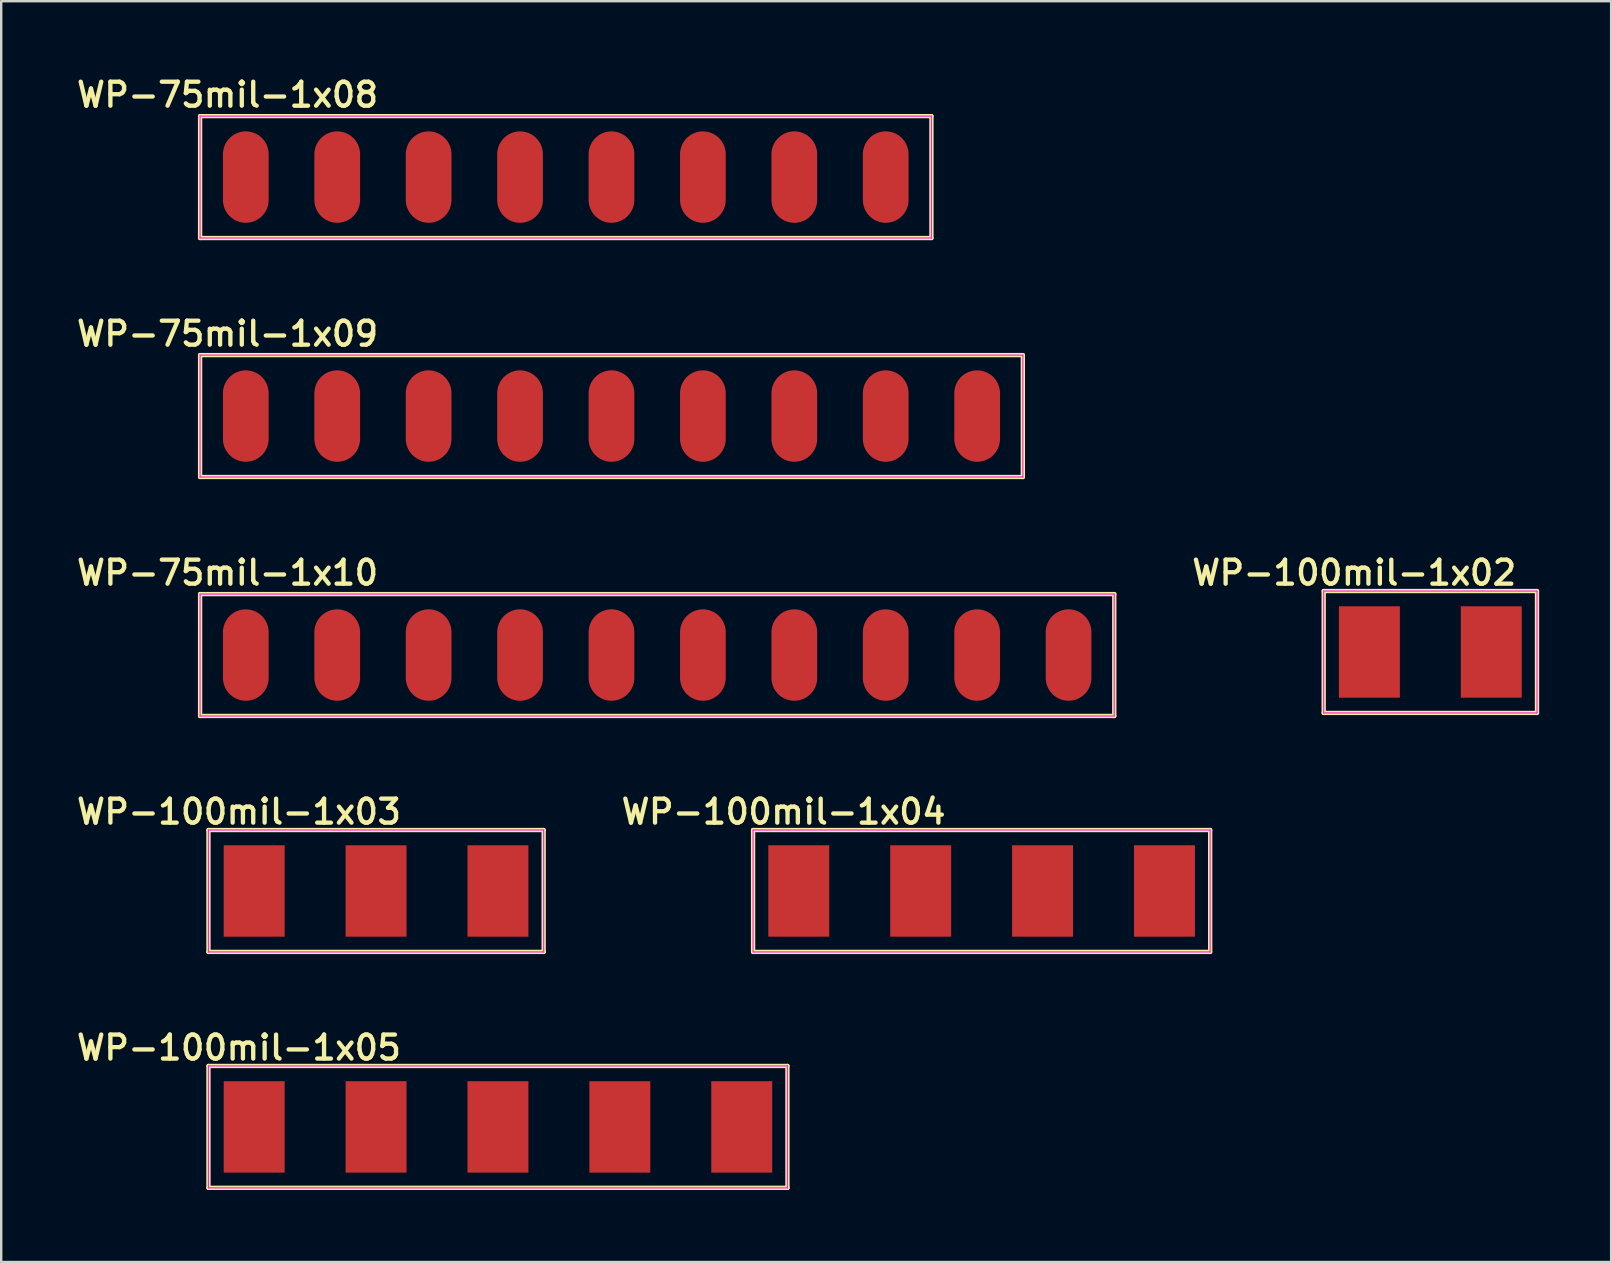
<source format=kicad_pcb>
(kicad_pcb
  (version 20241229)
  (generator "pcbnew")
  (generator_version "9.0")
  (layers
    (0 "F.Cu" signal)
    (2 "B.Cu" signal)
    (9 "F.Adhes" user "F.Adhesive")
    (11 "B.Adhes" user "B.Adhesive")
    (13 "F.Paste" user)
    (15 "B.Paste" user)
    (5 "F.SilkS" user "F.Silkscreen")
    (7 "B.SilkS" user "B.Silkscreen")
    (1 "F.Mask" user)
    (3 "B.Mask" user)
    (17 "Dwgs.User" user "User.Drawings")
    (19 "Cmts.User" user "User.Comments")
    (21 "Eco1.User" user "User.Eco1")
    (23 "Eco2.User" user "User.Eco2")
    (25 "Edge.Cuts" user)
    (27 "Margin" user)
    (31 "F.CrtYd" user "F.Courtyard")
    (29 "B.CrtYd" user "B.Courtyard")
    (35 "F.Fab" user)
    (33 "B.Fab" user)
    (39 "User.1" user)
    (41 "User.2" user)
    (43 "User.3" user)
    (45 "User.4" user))
  (footprint "WP-75mil-1x10"
    (layer "F.Cu")
    (at 24.339 24.25)
    (property "Reference" "WP-75mil-1x10" (at -17.907 -3.429 0) (layer "F.SilkS") (effects (font (size 1 1) (thickness 0.18))))
    (attr exclude_from_pos_files exclude_from_bom)
    (fp_line (start -19.05 -2.54) (end 19.05 -2.54) (stroke (width 0.18) (type solid)) (layer "F.SilkS"))
    (fp_line (start -19.05 2.54) (end -19.05 -2.54) (stroke (width 0.18) (type solid)) (layer "F.SilkS"))
    (fp_line (start 19.05 -2.54) (end 19.05 2.54) (stroke (width 0.18) (type solid)) (layer "F.SilkS"))
    (fp_line (start 19.05 2.54) (end -19.05 2.54) (stroke (width 0.18) (type solid)) (layer "F.SilkS"))
    (fp_line (start -19.05 -2.54) (end 19.05 -2.54) (stroke (width 0.05) (type solid)) (layer "F.CrtYd"))
    (fp_line (start -19.05 2.54) (end -19.05 -2.54) (stroke (width 0.05) (type solid)) (layer "F.CrtYd"))
    (fp_line (start 19.05 -2.54) (end 19.05 2.54) (stroke (width 0.05) (type solid)) (layer "F.CrtYd"))
    (fp_line (start 19.05 2.54) (end -19.05 2.54) (stroke (width 0.05) (type solid)) (layer "F.CrtYd"))
    (pad "1" smd oval (at -17.145 0) (size 1.905 3.81) (layers "F.Cu" "F.Mask" "F.Paste"))
    (pad "2" smd oval (at -13.335 0) (size 1.905 3.81) (layers "F.Cu" "F.Mask" "F.Paste"))
    (pad "3" smd oval (at -9.525 0) (size 1.905 3.81) (layers "F.Cu" "F.Mask" "F.Paste"))
    (pad "4" smd oval (at -5.715 0) (size 1.905 3.81) (layers "F.Cu" "F.Mask" "F.Paste"))
    (pad "5" smd oval (at -1.905 0) (size 1.905 3.81) (layers "F.Cu" "F.Mask" "F.Paste"))
    (pad "6" smd oval (at 1.905 0) (size 1.905 3.81) (layers "F.Cu" "F.Mask" "F.Paste"))
    (pad "7" smd oval (at 5.715 0) (size 1.905 3.81) (layers "F.Cu" "F.Mask" "F.Paste"))
    (pad "8" smd oval (at 9.525 0) (size 1.905 3.81) (layers "F.Cu" "F.Mask" "F.Paste"))
    (pad "9" smd oval (at 13.335 0) (size 1.905 3.81) (layers "F.Cu" "F.Mask" "F.Paste"))
    (pad "10" smd oval (at 17.145 0) (size 1.905 3.81) (layers "F.Cu" "F.Mask" "F.Paste")))
  (footprint "WP-100mil-1x04"
    (layer "F.Cu")
    (at 37.861 34.083)
    (property "Reference" "WP-100mil-1x04" (at -8.255 -3.302 0) (layer "F.SilkS") (effects (font (size 1 1) (thickness 0.18))))
    (attr exclude_from_pos_files exclude_from_bom)
    (fp_line (start -9.525 -2.54) (end 9.525 -2.54) (stroke (width 0.18) (type solid)) (layer "F.SilkS"))
    (fp_line (start -9.525 2.54) (end -9.525 -2.54) (stroke (width 0.18) (type solid)) (layer "F.SilkS"))
    (fp_line (start 9.525 -2.54) (end 9.525 2.54) (stroke (width 0.18) (type solid)) (layer "F.SilkS"))
    (fp_line (start 9.525 2.54) (end -9.525 2.54) (stroke (width 0.18) (type solid)) (layer "F.SilkS"))
    (fp_line (start -9.525 -2.54) (end 9.525 -2.54) (stroke (width 0.05) (type solid)) (layer "F.CrtYd"))
    (fp_line (start -9.525 2.54) (end -9.525 -2.54) (stroke (width 0.05) (type solid)) (layer "F.CrtYd"))
    (fp_line (start 9.525 -2.54) (end 9.525 2.54) (stroke (width 0.05) (type solid)) (layer "F.CrtYd"))
    (fp_line (start 9.525 2.54) (end -9.525 2.54) (stroke (width 0.05) (type solid)) (layer "F.CrtYd"))
    (pad "1" smd rect (at 7.62 0) (size 2.54 3.81) (layers "F.Cu" "F.Mask" "F.Paste"))
    (pad "2" smd rect (at 2.54 0) (size 2.54 3.81) (layers "F.Cu" "F.Mask" "F.Paste"))
    (pad "3" smd rect (at -2.54 0) (size 2.54 3.81) (layers "F.Cu" "F.Mask" "F.Paste"))
    (pad "4" smd rect (at -7.62 0) (size 2.54 3.81) (layers "F.Cu" "F.Mask" "F.Paste")))
  (footprint "WP-100mil-1x02"
    (layer "F.Cu")
    (at 56.562 24.123)
    (property "Reference" "WP-100mil-1x02" (at -3.175 -3.302 0) (layer "F.SilkS") (effects (font (size 1 1) (thickness 0.18))))
    (attr exclude_from_pos_files exclude_from_bom)
    (fp_line (start -4.445 -2.54) (end 4.445 -2.54) (stroke (width 0.18) (type solid)) (layer "F.SilkS"))
    (fp_line (start -4.445 2.54) (end -4.445 -2.54) (stroke (width 0.18) (type solid)) (layer "F.SilkS"))
    (fp_line (start 4.445 -2.54) (end 4.445 2.54) (stroke (width 0.18) (type solid)) (layer "F.SilkS"))
    (fp_line (start 4.445 2.54) (end -4.445 2.54) (stroke (width 0.18) (type solid)) (layer "F.SilkS"))
    (fp_line (start -4.445 -2.54) (end 4.445 -2.54) (stroke (width 0.05) (type solid)) (layer "F.CrtYd"))
    (fp_line (start -4.445 2.54) (end -4.445 -2.54) (stroke (width 0.05) (type solid)) (layer "F.CrtYd"))
    (fp_line (start 4.445 -2.54) (end 4.445 2.54) (stroke (width 0.05) (type solid)) (layer "F.CrtYd"))
    (fp_line (start 4.445 2.54) (end -4.445 2.54) (stroke (width 0.05) (type solid)) (layer "F.CrtYd"))
    (pad "1" smd rect (at 2.54 0) (size 2.54 3.81) (layers "F.Cu" "F.Mask" "F.Paste"))
    (pad "2" smd rect (at -2.54 0) (size 2.54 3.81) (layers "F.Cu" "F.Mask" "F.Paste")))
  (footprint "WP-100mil-1x05"
    (layer "F.Cu")
    (at 17.703 43.916)
    (property "Reference" "WP-100mil-1x05" (at -10.795 -3.302 0) (layer "F.SilkS") (effects (font (size 1 1) (thickness 0.18))))
    (attr exclude_from_pos_files exclude_from_bom)
    (fp_line (start -12.065 -2.54) (end 12.065 -2.54) (stroke (width 0.18) (type solid)) (layer "F.SilkS"))
    (fp_line (start -12.065 2.54) (end -12.065 -2.54) (stroke (width 0.18) (type solid)) (layer "F.SilkS"))
    (fp_line (start 12.065 -2.54) (end 12.065 2.54) (stroke (width 0.18) (type solid)) (layer "F.SilkS"))
    (fp_line (start 12.065 2.54) (end -12.065 2.54) (stroke (width 0.18) (type solid)) (layer "F.SilkS"))
    (fp_line (start -12.065 -2.54) (end 12.065 -2.54) (stroke (width 0.05) (type solid)) (layer "F.CrtYd"))
    (fp_line (start -12.065 2.54) (end -12.065 -2.54) (stroke (width 0.05) (type solid)) (layer "F.CrtYd"))
    (fp_line (start 12.065 -2.54) (end 12.065 2.54) (stroke (width 0.05) (type solid)) (layer "F.CrtYd"))
    (fp_line (start 12.065 2.54) (end -12.065 2.54) (stroke (width 0.05) (type solid)) (layer "F.CrtYd"))
    (pad "1" smd rect (at 10.16 0) (size 2.54 3.81) (layers "F.Cu" "F.Mask" "F.Paste"))
    (pad "2" smd rect (at 5.08 0) (size 2.54 3.81) (layers "F.Cu" "F.Mask" "F.Paste"))
    (pad "3" smd rect (at 0 0) (size 2.54 3.81) (layers "F.Cu" "F.Mask" "F.Paste"))
    (pad "4" smd rect (at -5.08 0) (size 2.54 3.81) (layers "F.Cu" "F.Mask" "F.Paste"))
    (pad "5" smd rect (at -10.16 0) (size 2.54 3.81) (layers "F.Cu" "F.Mask" "F.Paste")))
  (footprint "WP-100mil-1x03"
    (layer "F.Cu")
    (at 12.623 34.083)
    (property "Reference" "WP-100mil-1x03" (at -5.715 -3.302 0) (layer "F.SilkS") (effects (font (size 1 1) (thickness 0.18))))
    (attr exclude_from_pos_files exclude_from_bom)
    (fp_line (start -6.985 -2.54) (end 6.985 -2.54) (stroke (width 0.18) (type solid)) (layer "F.SilkS"))
    (fp_line (start -6.985 2.54) (end -6.985 -2.54) (stroke (width 0.18) (type solid)) (layer "F.SilkS"))
    (fp_line (start 6.985 -2.54) (end 6.985 2.54) (stroke (width 0.18) (type solid)) (layer "F.SilkS"))
    (fp_line (start 6.985 2.54) (end -6.985 2.54) (stroke (width 0.18) (type solid)) (layer "F.SilkS"))
    (fp_line (start -6.985 -2.54) (end 6.985 -2.54) (stroke (width 0.05) (type solid)) (layer "F.CrtYd"))
    (fp_line (start -6.985 2.54) (end -6.985 -2.54) (stroke (width 0.05) (type solid)) (layer "F.CrtYd"))
    (fp_line (start 6.985 -2.54) (end 6.985 2.54) (stroke (width 0.05) (type solid)) (layer "F.CrtYd"))
    (fp_line (start 6.985 2.54) (end -6.985 2.54) (stroke (width 0.05) (type solid)) (layer "F.CrtYd"))
    (pad "1" smd rect (at 5.08 0) (size 2.54 3.81) (layers "F.Cu" "F.Mask" "F.Paste"))
    (pad "2" smd rect (at 0 0) (size 2.54 3.81) (layers "F.Cu" "F.Mask" "F.Paste"))
    (pad "3" smd rect (at -5.08 0) (size 2.54 3.81) (layers "F.Cu" "F.Mask" "F.Paste")))
  (footprint "WP-75mil-1x08"
    (layer "F.Cu")
    (at 20.529 4.33)
    (property "Reference" "WP-75mil-1x08" (at -14.097 -3.429 0) (layer "F.SilkS") (effects (font (size 1 1) (thickness 0.18))))
    (attr exclude_from_pos_files exclude_from_bom)
    (fp_line (start -15.24 -2.54) (end 15.24 -2.54) (stroke (width 0.18) (type solid)) (layer "F.SilkS"))
    (fp_line (start -15.24 2.54) (end -15.24 -2.54) (stroke (width 0.18) (type solid)) (layer "F.SilkS"))
    (fp_line (start 15.24 -2.54) (end 15.24 2.54) (stroke (width 0.18) (type solid)) (layer "F.SilkS"))
    (fp_line (start 15.24 2.54) (end -15.24 2.54) (stroke (width 0.18) (type solid)) (layer "F.SilkS"))
    (fp_line (start -15.24 -2.54) (end 15.24 -2.54) (stroke (width 0.05) (type solid)) (layer "F.CrtYd"))
    (fp_line (start -15.24 2.54) (end -15.24 -2.54) (stroke (width 0.05) (type solid)) (layer "F.CrtYd"))
    (fp_line (start 15.24 -2.54) (end 15.24 2.54) (stroke (width 0.05) (type solid)) (layer "F.CrtYd"))
    (fp_line (start 15.24 2.54) (end -15.24 2.54) (stroke (width 0.05) (type solid)) (layer "F.CrtYd"))
    (pad "1" smd oval (at -13.335 0) (size 1.905 3.81) (layers "F.Cu" "F.Mask" "F.Paste"))
    (pad "2" smd oval (at -9.525 0) (size 1.905 3.81) (layers "F.Cu" "F.Mask" "F.Paste"))
    (pad "3" smd oval (at -5.715 0) (size 1.905 3.81) (layers "F.Cu" "F.Mask" "F.Paste"))
    (pad "4" smd oval (at -1.905 0) (size 1.905 3.81) (layers "F.Cu" "F.Mask" "F.Paste"))
    (pad "5" smd oval (at 1.905 0) (size 1.905 3.81) (layers "F.Cu" "F.Mask" "F.Paste"))
    (pad "6" smd oval (at 5.715 0) (size 1.905 3.81) (layers "F.Cu" "F.Mask" "F.Paste"))
    (pad "7" smd oval (at 9.525 0) (size 1.905 3.81) (layers "F.Cu" "F.Mask" "F.Paste"))
    (pad "8" smd oval (at 13.335 0) (size 1.905 3.81) (layers "F.Cu" "F.Mask" "F.Paste")))
  (footprint "WP-75mil-1x09"
    (layer "F.Cu")
    (at 22.434 14.29)
    (property "Reference" "WP-75mil-1x09" (at -16.002 -3.429 0) (layer "F.SilkS") (effects (font (size 1 1) (thickness 0.18))))
    (attr exclude_from_pos_files exclude_from_bom)
    (fp_line (start -17.145 -2.54) (end 17.145 -2.54) (stroke (width 0.18) (type solid)) (layer "F.SilkS"))
    (fp_line (start -17.145 2.54) (end -17.145 -2.54) (stroke (width 0.18) (type solid)) (layer "F.SilkS"))
    (fp_line (start 17.145 -2.54) (end 17.145 2.54) (stroke (width 0.18) (type solid)) (layer "F.SilkS"))
    (fp_line (start 17.145 2.54) (end -17.145 2.54) (stroke (width 0.18) (type solid)) (layer "F.SilkS"))
    (fp_line (start -17.145 -2.54) (end 17.145 -2.54) (stroke (width 0.05) (type solid)) (layer "F.CrtYd"))
    (fp_line (start -17.145 2.54) (end -17.145 -2.54) (stroke (width 0.05) (type solid)) (layer "F.CrtYd"))
    (fp_line (start 17.145 -2.54) (end 17.145 2.54) (stroke (width 0.05) (type solid)) (layer "F.CrtYd"))
    (fp_line (start 17.145 2.54) (end -17.145 2.54) (stroke (width 0.05) (type solid)) (layer "F.CrtYd"))
    (pad "1" smd oval (at -15.24 0) (size 1.905 3.81) (layers "F.Cu" "F.Mask" "F.Paste"))
    (pad "2" smd oval (at -11.43 0) (size 1.905 3.81) (layers "F.Cu" "F.Mask" "F.Paste"))
    (pad "3" smd oval (at -7.62 0) (size 1.905 3.81) (layers "F.Cu" "F.Mask" "F.Paste"))
    (pad "4" smd oval (at -3.81 0) (size 1.905 3.81) (layers "F.Cu" "F.Mask" "F.Paste"))
    (pad "5" smd oval (at 0 0) (size 1.905 3.81) (layers "F.Cu" "F.Mask" "F.Paste"))
    (pad "6" smd oval (at 3.81 0) (size 1.905 3.81) (layers "F.Cu" "F.Mask" "F.Paste"))
    (pad "7" smd oval (at 7.62 0) (size 1.905 3.81) (layers "F.Cu" "F.Mask" "F.Paste"))
    (pad "8" smd oval (at 11.43 0) (size 1.905 3.81) (layers "F.Cu" "F.Mask" "F.Paste"))
    (pad "9" smd oval (at 15.24 0) (size 1.905 3.81) (layers "F.Cu" "F.Mask" "F.Paste")))
  (gr_rect
    (start -3 -3)
    (end 64.097 49.545)
    (stroke (width 0.1) (type default))
    (fill no)
    (layer "Edge.Cuts")))
</source>
